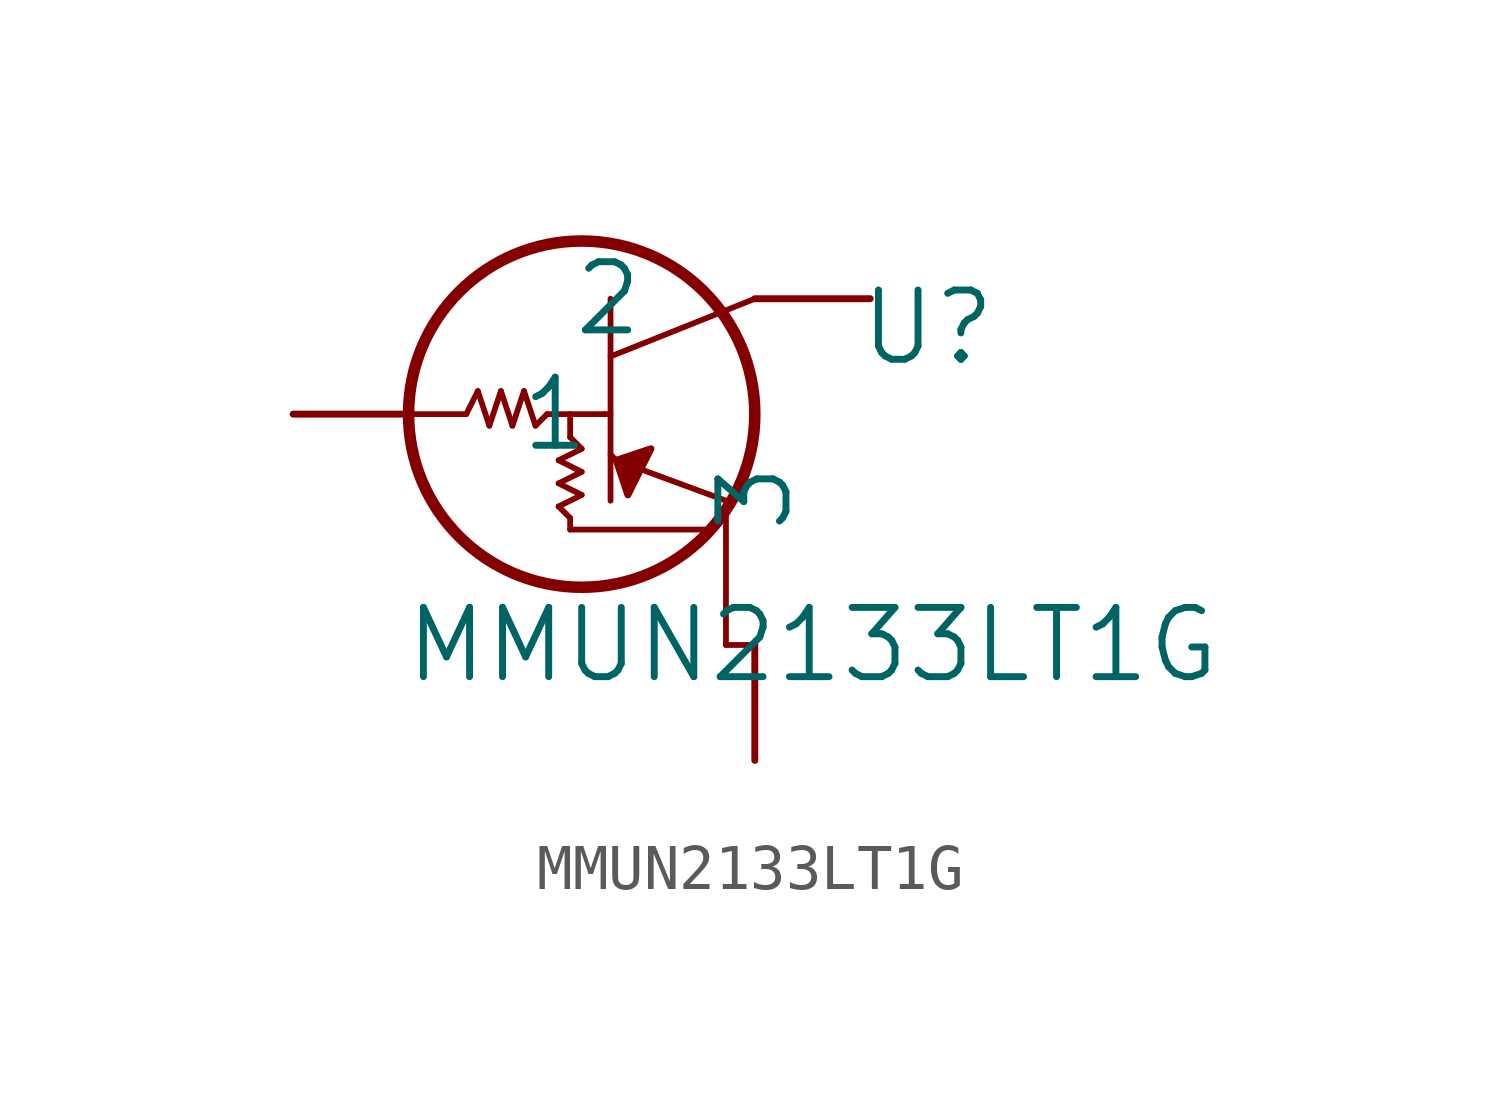
<source format=kicad_sym>
(kicad_symbol_lib
  (version 20211014)
  (generator kicad_symbol_editor)
  (symbol "MMUN2133LT1G"
    (pin_numbers hide)
    (pin_names
      (offset 2.413))
    (property "Reference" "U"
      (at 13.97 1.905 0)
      (effects (font (size 1.524 1.524))))
    (property "Value" "MMUN2133LT1G"
      (at 11.43 -5.08 0)
      (effects (font (size 1.524 1.524))))
    (property "Datasheet" ""
      (at 0 0 0)
      (effects (font (size 1.524 1.524))))
    (property "ki_locked" ""
      (at 0 0 0)
      (effects (font (size 1.27 1.27))))
    (symbol "MMUN2133LT1G_1_1"
      (polyline (pts (xy 2.54 0) (xy 3.81 0)) (stroke (width 0.127) (type default) (color 0 0 0 0)) (fill (type none)))
      (polyline (pts (xy 3.81 0) (xy 4.064 0.508)) (stroke (width 0.127) (type default) (color 0 0 0 0)) (fill (type none)))
      (polyline (pts (xy 4.064 0.508) (xy 4.318 -0.254)) (stroke (width 0.127) (type default) (color 0 0 0 0)) (fill (type none)))
      (polyline (pts (xy 4.318 -0.254) (xy 4.572 0.508)) (stroke (width 0.127) (type default) (color 0 0 0 0)) (fill (type none)))
      (polyline (pts (xy 4.572 0.508) (xy 4.826 -0.254)) (stroke (width 0.127) (type default) (color 0 0 0 0)) (fill (type none)))
      (polyline (pts (xy 4.826 -0.254) (xy 5.08 0.508)) (stroke (width 0.127) (type default) (color 0 0 0 0)) (fill (type none)))
      (polyline (pts (xy 5.08 0.508) (xy 5.334 -0.254)) (stroke (width 0.127) (type default) (color 0 0 0 0)) (fill (type none)))
      (polyline (pts (xy 5.334 -0.254) (xy 5.588 0)) (stroke (width 0.127) (type default) (color 0 0 0 0)) (fill (type none)))
      (polyline (pts (xy 5.588 0) (xy 6.858 0)) (stroke (width 0.127) (type default) (color 0 0 0 0)) (fill (type none)))
      (polyline (pts (xy 5.842 -2.032) (xy 6.096 -2.286)) (stroke (width 0.127) (type default) (color 0 0 0 0)) (fill (type none)))
      (polyline (pts (xy 5.842 -1.524) (xy 6.35 -1.778)) (stroke (width 0.127) (type default) (color 0 0 0 0)) (fill (type none)))
      (polyline (pts (xy 5.842 -1.016) (xy 6.35 -1.27)) (stroke (width 0.127) (type default) (color 0 0 0 0)) (fill (type none)))
      (polyline (pts (xy 6.096 -2.54) (xy 9.144 -2.54)) (stroke (width 0.127) (type default) (color 0 0 0 0)) (fill (type none)))
      (polyline (pts (xy 6.096 -2.286) (xy 6.096 -2.54)) (stroke (width 0.127) (type default) (color 0 0 0 0)) (fill (type none)))
      (polyline (pts (xy 6.096 -0.508) (xy 6.35 -0.762)) (stroke (width 0.127) (type default) (color 0 0 0 0)) (fill (type none)))
      (polyline (pts (xy 6.096 0) (xy 6.096 -0.508)) (stroke (width 0.127) (type default) (color 0 0 0 0)) (fill (type none)))
      (polyline (pts (xy 6.35 -1.778) (xy 5.842 -2.032)) (stroke (width 0.127) (type default) (color 0 0 0 0)) (fill (type none)))
      (polyline (pts (xy 6.35 -1.27) (xy 5.842 -1.524)) (stroke (width 0.127) (type default) (color 0 0 0 0)) (fill (type none)))
      (polyline (pts (xy 6.35 -0.762) (xy 5.842 -1.016)) (stroke (width 0.127) (type default) (color 0 0 0 0)) (fill (type none)))
      (polyline (pts (xy 6.858 0) (xy 6.985 0)) (stroke (width 0.127) (type default) (color 0 0 0 0)) (fill (type none)))
      (polyline (pts (xy 6.985 2.54) (xy 6.985 -1.905)) (stroke (width 0.127) (type default) (color 0 0 0 0)) (fill (type none)))
      (polyline (pts (xy 7.112 -1.016) (xy 6.985 -0.889)) (stroke (width 0.127) (type default) (color 0 0 0 0)) (fill (type none)))
      (polyline (pts (xy 7.112 -1.016) (xy 7.366 -1.778)) (stroke (width 0.127) (type default) (color 0 0 0 0)) (fill (type none)))
      (polyline (pts (xy 7.366 -1.778) (xy 7.874 -0.762)) (stroke (width 0.127) (type default) (color 0 0 0 0)) (fill (type none)))
      (polyline (pts (xy 7.874 -0.762) (xy 7.112 -1.016)) (stroke (width 0.127) (type default) (color 0 0 0 0)) (fill (type none)))
      (polyline (pts (xy 9.525 -5.08) (xy 9.525 -1.905)) (stroke (width 0.127) (type default) (color 0 0 0 0)) (fill (type none)))
      (polyline (pts (xy 9.525 -1.905) (xy 7.112 -1.016)) (stroke (width 0.127) (type default) (color 0 0 0 0)) (fill (type none)))
      (polyline (pts (xy 10.16 -5.08) (xy 9.525 -5.08)) (stroke (width 0.127) (type default) (color 0 0 0 0)) (fill (type none)))
      (polyline (pts (xy 10.16 2.54) (xy 6.985 1.27)) (stroke (width 0.127) (type default) (color 0 0 0 0)) (fill (type none)))
      (polyline (pts (xy 7.366 -1.778) (xy 7.112 -1.016) (xy 7.874 -0.762) (xy 7.366 -1.778)) (stroke (width 0) (type default) (color 0 0 0 0)) (fill (type outline)))
      (circle (center 6.35 0) (radius 3.81) (stroke (width 0.254) (type default) (color 0 0 0 0)) (fill (type none)))
      (pin unspecified line (at 0 0 0) (length 2.54) (name "1" (effects (font (size 1.499 1.499)))) (number "1" (effects (font (size 1.499 1.499)))))
      (pin unspecified line (at 12.7 2.54 180) (length 2.54) (name "2" (effects (font (size 1.499 1.499)))) (number "2" (effects (font (size 1.499 1.499)))))
      (pin unspecified line (at 10.16 -7.62 90) (length 2.54) (name "3" (effects (font (size 1.499 1.499)))) (number "3" (effects (font (size 1.499 1.499))))))))
</source>
